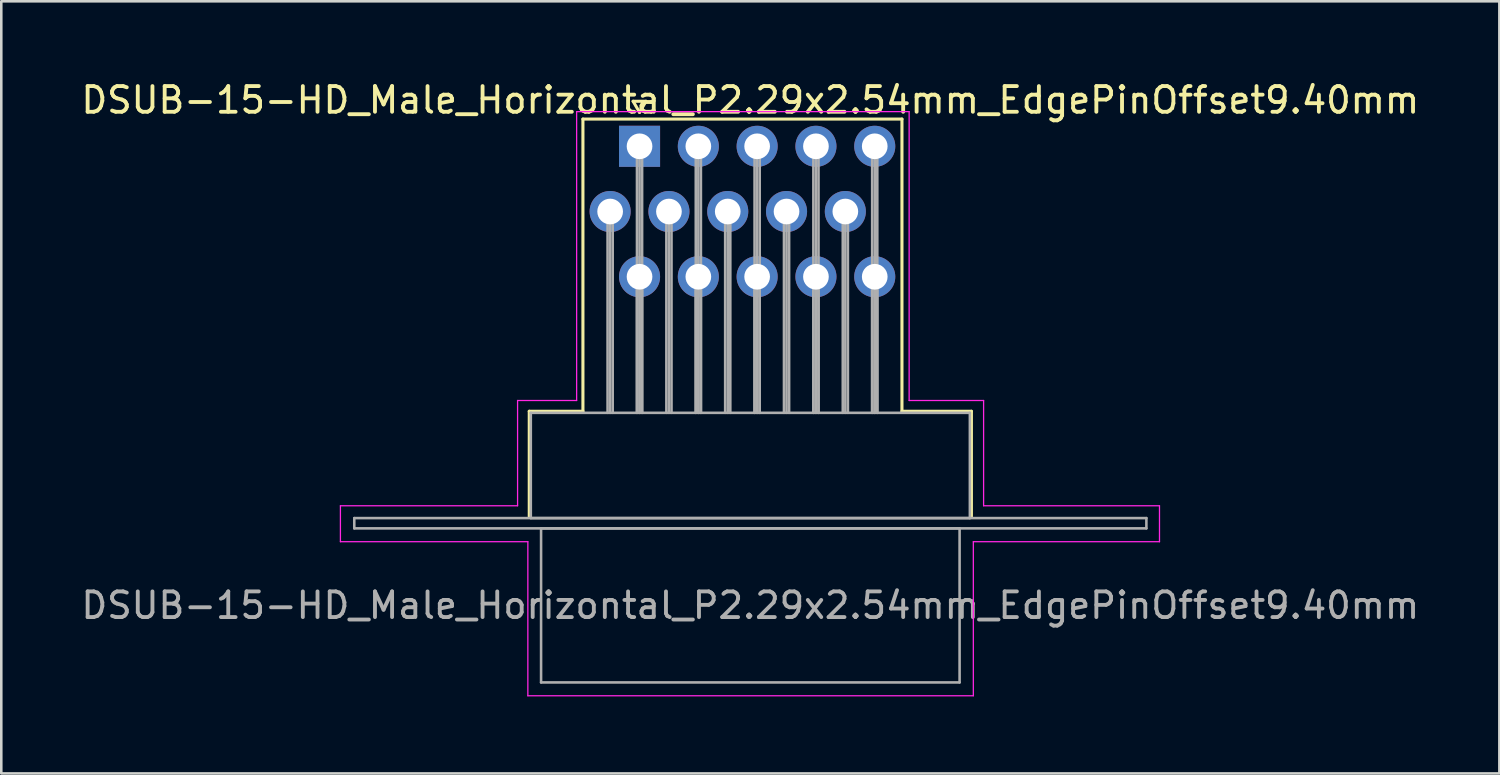
<source format=kicad_pcb>
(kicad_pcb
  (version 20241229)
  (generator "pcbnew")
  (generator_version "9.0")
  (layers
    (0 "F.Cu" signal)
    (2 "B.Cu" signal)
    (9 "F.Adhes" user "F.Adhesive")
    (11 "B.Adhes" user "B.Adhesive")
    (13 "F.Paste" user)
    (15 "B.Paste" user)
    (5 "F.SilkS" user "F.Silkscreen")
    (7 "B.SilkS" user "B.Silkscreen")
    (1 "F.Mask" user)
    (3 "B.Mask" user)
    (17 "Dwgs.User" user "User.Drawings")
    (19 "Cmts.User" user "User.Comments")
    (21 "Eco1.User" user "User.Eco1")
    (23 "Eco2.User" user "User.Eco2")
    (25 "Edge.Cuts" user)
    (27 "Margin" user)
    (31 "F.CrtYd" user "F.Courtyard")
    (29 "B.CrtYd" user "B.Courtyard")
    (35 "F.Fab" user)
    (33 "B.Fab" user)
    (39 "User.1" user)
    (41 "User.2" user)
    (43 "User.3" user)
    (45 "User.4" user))
  (footprint "DSUB-15-HD_Male_Horizontal_P2.29x2.54mm_EdgePinOffset9.40mm"
    (layer "F.Cu")
    (at 21.858 2.648)
    (property "Reference" "DSUB-15-HD_Male_Horizontal_P2.29x2.54mm_EdgePinOffset9.40mm" (at 4.315 -1.8 0) (layer "F.SilkS") (effects (font (size 1 1) (thickness 0.15))))
    (attr through_hole)
    (fp_line (start -4.295 10.32) (end -2.205 10.32) (stroke (width 0.12) (type solid)) (layer "F.SilkS"))
    (fp_line (start -4.295 14.42) (end -4.295 10.32) (stroke (width 0.12) (type solid)) (layer "F.SilkS"))
    (fp_line (start -2.205 -1.06) (end 10.22 -1.06) (stroke (width 0.12) (type solid)) (layer "F.SilkS"))
    (fp_line (start -2.205 10.32) (end -2.205 -1.06) (stroke (width 0.12) (type solid)) (layer "F.SilkS"))
    (fp_line (start -0.25 -1.754) (end 0.25 -1.754) (stroke (width 0.12) (type solid)) (layer "F.SilkS"))
    (fp_line (start 0 -1.321) (end -0.25 -1.754) (stroke (width 0.12) (type solid)) (layer "F.SilkS"))
    (fp_line (start 0.25 -1.754) (end 0 -1.321) (stroke (width 0.12) (type solid)) (layer "F.SilkS"))
    (fp_line (start 10.22 -1.06) (end 10.22 10.32) (stroke (width 0.12) (type solid)) (layer "F.SilkS"))
    (fp_line (start 10.22 10.32) (end 12.925 10.32) (stroke (width 0.12) (type solid)) (layer "F.SilkS"))
    (fp_line (start 12.925 10.32) (end 12.925 14.42) (stroke (width 0.12) (type solid)) (layer "F.SilkS"))
    (fp_line (start -11.65 14) (end -4.75 14) (stroke (width 0.05) (type solid)) (layer "F.CrtYd"))
    (fp_line (start -11.65 15.4) (end -11.65 14) (stroke (width 0.05) (type solid)) (layer "F.CrtYd"))
    (fp_line (start -4.75 9.9) (end -2.45 9.9) (stroke (width 0.05) (type solid)) (layer "F.CrtYd"))
    (fp_line (start -4.75 14) (end -4.75 9.9) (stroke (width 0.05) (type solid)) (layer "F.CrtYd"))
    (fp_line (start -4.35 15.4) (end -11.65 15.4) (stroke (width 0.05) (type solid)) (layer "F.CrtYd"))
    (fp_line (start -4.35 21.4) (end -4.35 15.4) (stroke (width 0.05) (type solid)) (layer "F.CrtYd"))
    (fp_line (start -2.45 -1.35) (end 10.5 -1.35) (stroke (width 0.05) (type solid)) (layer "F.CrtYd"))
    (fp_line (start -2.45 9.9) (end -2.45 -1.35) (stroke (width 0.05) (type solid)) (layer "F.CrtYd"))
    (fp_line (start 10.5 -1.35) (end 10.5 9.9) (stroke (width 0.05) (type solid)) (layer "F.CrtYd"))
    (fp_line (start 10.5 9.9) (end 13.4 9.9) (stroke (width 0.05) (type solid)) (layer "F.CrtYd"))
    (fp_line (start 13 15.4) (end 13 21.4) (stroke (width 0.05) (type solid)) (layer "F.CrtYd"))
    (fp_line (start 13 21.4) (end -4.35 21.4) (stroke (width 0.05) (type solid)) (layer "F.CrtYd"))
    (fp_line (start 13.4 9.9) (end 13.4 14) (stroke (width 0.05) (type solid)) (layer "F.CrtYd"))
    (fp_line (start 13.4 14) (end 20.25 14) (stroke (width 0.05) (type solid)) (layer "F.CrtYd"))
    (fp_line (start 20.25 14) (end 20.25 15.4) (stroke (width 0.05) (type solid)) (layer "F.CrtYd"))
    (fp_line (start 20.25 15.4) (end 13 15.4) (stroke (width 0.05) (type solid)) (layer "F.CrtYd"))
    (fp_line (start -11.11 14.48) (end -11.11 14.88) (stroke (width 0.1) (type solid)) (layer "F.Fab"))
    (fp_line (start -11.11 14.88) (end 19.74 14.88) (stroke (width 0.1) (type solid)) (layer "F.Fab"))
    (fp_line (start -4.235 10.38) (end -4.235 14.48) (stroke (width 0.1) (type solid)) (layer "F.Fab"))
    (fp_line (start -4.235 14.48) (end 12.865 14.48) (stroke (width 0.1) (type solid)) (layer "F.Fab"))
    (fp_line (start -3.835 14.88) (end -3.835 20.88) (stroke (width 0.1) (type solid)) (layer "F.Fab"))
    (fp_line (start -3.835 20.88) (end 12.465 20.88) (stroke (width 0.1) (type solid)) (layer "F.Fab"))
    (fp_line (start -1.245 2.54) (end -1.245 10.38) (stroke (width 0.1) (type solid)) (layer "F.Fab"))
    (fp_line (start -1.145 2.54) (end -1.145 10.38) (stroke (width 0.1) (type solid)) (layer "F.Fab"))
    (fp_line (start -1.045 2.54) (end -1.045 10.38) (stroke (width 0.1) (type solid)) (layer "F.Fab"))
    (fp_line (start -0.1 0) (end -0.1 10.38) (stroke (width 0.1) (type solid)) (layer "F.Fab"))
    (fp_line (start -0.1 5.08) (end -0.1 10.38) (stroke (width 0.1) (type solid)) (layer "F.Fab"))
    (fp_line (start 0 0) (end 0 10.38) (stroke (width 0.1) (type solid)) (layer "F.Fab"))
    (fp_line (start 0 5.08) (end 0 10.38) (stroke (width 0.1) (type solid)) (layer "F.Fab"))
    (fp_line (start 0.1 0) (end 0.1 10.38) (stroke (width 0.1) (type solid)) (layer "F.Fab"))
    (fp_line (start 0.1 5.08) (end 0.1 10.38) (stroke (width 0.1) (type solid)) (layer "F.Fab"))
    (fp_line (start 1.045 2.54) (end 1.045 10.38) (stroke (width 0.1) (type solid)) (layer "F.Fab"))
    (fp_line (start 1.145 2.54) (end 1.145 10.38) (stroke (width 0.1) (type solid)) (layer "F.Fab"))
    (fp_line (start 1.245 2.54) (end 1.245 10.38) (stroke (width 0.1) (type solid)) (layer "F.Fab"))
    (fp_line (start 2.19 0) (end 2.19 10.38) (stroke (width 0.1) (type solid)) (layer "F.Fab"))
    (fp_line (start 2.19 5.08) (end 2.19 10.38) (stroke (width 0.1) (type solid)) (layer "F.Fab"))
    (fp_line (start 2.29 0) (end 2.29 10.38) (stroke (width 0.1) (type solid)) (layer "F.Fab"))
    (fp_line (start 2.29 5.08) (end 2.29 10.38) (stroke (width 0.1) (type solid)) (layer "F.Fab"))
    (fp_line (start 2.39 0) (end 2.39 10.38) (stroke (width 0.1) (type solid)) (layer "F.Fab"))
    (fp_line (start 2.39 5.08) (end 2.39 10.38) (stroke (width 0.1) (type solid)) (layer "F.Fab"))
    (fp_line (start 3.335 2.54) (end 3.335 10.38) (stroke (width 0.1) (type solid)) (layer "F.Fab"))
    (fp_line (start 3.435 2.54) (end 3.435 10.38) (stroke (width 0.1) (type solid)) (layer "F.Fab"))
    (fp_line (start 3.535 2.54) (end 3.535 10.38) (stroke (width 0.1) (type solid)) (layer "F.Fab"))
    (fp_line (start 4.48 0) (end 4.48 10.38) (stroke (width 0.1) (type solid)) (layer "F.Fab"))
    (fp_line (start 4.48 5.08) (end 4.48 10.38) (stroke (width 0.1) (type solid)) (layer "F.Fab"))
    (fp_line (start 4.58 0) (end 4.58 10.38) (stroke (width 0.1) (type solid)) (layer "F.Fab"))
    (fp_line (start 4.58 5.08) (end 4.58 10.38) (stroke (width 0.1) (type solid)) (layer "F.Fab"))
    (fp_line (start 4.68 0) (end 4.68 10.38) (stroke (width 0.1) (type solid)) (layer "F.Fab"))
    (fp_line (start 4.68 5.08) (end 4.68 10.38) (stroke (width 0.1) (type solid)) (layer "F.Fab"))
    (fp_line (start 5.625 2.54) (end 5.625 10.38) (stroke (width 0.1) (type solid)) (layer "F.Fab"))
    (fp_line (start 5.725 2.54) (end 5.725 10.38) (stroke (width 0.1) (type solid)) (layer "F.Fab"))
    (fp_line (start 5.825 2.54) (end 5.825 10.38) (stroke (width 0.1) (type solid)) (layer "F.Fab"))
    (fp_line (start 6.77 0) (end 6.77 10.38) (stroke (width 0.1) (type solid)) (layer "F.Fab"))
    (fp_line (start 6.77 5.08) (end 6.77 10.38) (stroke (width 0.1) (type solid)) (layer "F.Fab"))
    (fp_line (start 6.87 0) (end 6.87 10.38) (stroke (width 0.1) (type solid)) (layer "F.Fab"))
    (fp_line (start 6.87 5.08) (end 6.87 10.38) (stroke (width 0.1) (type solid)) (layer "F.Fab"))
    (fp_line (start 6.97 0) (end 6.97 10.38) (stroke (width 0.1) (type solid)) (layer "F.Fab"))
    (fp_line (start 6.97 5.08) (end 6.97 10.38) (stroke (width 0.1) (type solid)) (layer "F.Fab"))
    (fp_line (start 7.915 2.54) (end 7.915 10.38) (stroke (width 0.1) (type solid)) (layer "F.Fab"))
    (fp_line (start 8.015 2.54) (end 8.015 10.38) (stroke (width 0.1) (type solid)) (layer "F.Fab"))
    (fp_line (start 8.115 2.54) (end 8.115 10.38) (stroke (width 0.1) (type solid)) (layer "F.Fab"))
    (fp_line (start 9.06 0) (end 9.06 10.38) (stroke (width 0.1) (type solid)) (layer "F.Fab"))
    (fp_line (start 9.06 5.08) (end 9.06 10.38) (stroke (width 0.1) (type solid)) (layer "F.Fab"))
    (fp_line (start 9.16 0) (end 9.16 10.38) (stroke (width 0.1) (type solid)) (layer "F.Fab"))
    (fp_line (start 9.16 5.08) (end 9.16 10.38) (stroke (width 0.1) (type solid)) (layer "F.Fab"))
    (fp_line (start 9.26 0) (end 9.26 10.38) (stroke (width 0.1) (type solid)) (layer "F.Fab"))
    (fp_line (start 9.26 5.08) (end 9.26 10.38) (stroke (width 0.1) (type solid)) (layer "F.Fab"))
    (fp_line (start 12.465 14.88) (end -3.835 14.88) (stroke (width 0.1) (type solid)) (layer "F.Fab"))
    (fp_line (start 12.465 20.88) (end 12.465 14.88) (stroke (width 0.1) (type solid)) (layer "F.Fab"))
    (fp_line (start 12.865 10.38) (end -4.235 10.38) (stroke (width 0.1) (type solid)) (layer "F.Fab"))
    (fp_line (start 12.865 14.48) (end 12.865 10.38) (stroke (width 0.1) (type solid)) (layer "F.Fab"))
    (fp_line (start 19.74 14.48) (end -11.11 14.48) (stroke (width 0.1) (type solid)) (layer "F.Fab"))
    (fp_line (start 19.74 14.88) (end 19.74 14.48) (stroke (width 0.1) (type solid)) (layer "F.Fab"))
    (fp_text user "${REFERENCE}" (at 4.315 17.88 0) (layer "F.Fab") (effects (font (size 1 1) (thickness 0.15))))
    (pad "1" thru_hole rect (at 0 0) (size 1.6 1.6) (drill 1) (layers "*.Cu" "*.Mask"))
    (pad "2" thru_hole circle (at 2.29 0) (size 1.6 1.6) (drill 1) (layers "*.Cu" "*.Mask"))
    (pad "3" thru_hole circle (at 4.58 0) (size 1.6 1.6) (drill 1) (layers "*.Cu" "*.Mask"))
    (pad "4" thru_hole circle (at 6.87 0) (size 1.6 1.6) (drill 1) (layers "*.Cu" "*.Mask"))
    (pad "5" thru_hole circle (at 9.16 0) (size 1.6 1.6) (drill 1) (layers "*.Cu" "*.Mask"))
    (pad "6" thru_hole circle (at -1.145 2.54) (size 1.6 1.6) (drill 1) (layers "*.Cu" "*.Mask"))
    (pad "7" thru_hole circle (at 1.145 2.54) (size 1.6 1.6) (drill 1) (layers "*.Cu" "*.Mask"))
    (pad "8" thru_hole circle (at 3.435 2.54) (size 1.6 1.6) (drill 1) (layers "*.Cu" "*.Mask"))
    (pad "9" thru_hole circle (at 5.725 2.54) (size 1.6 1.6) (drill 1) (layers "*.Cu" "*.Mask"))
    (pad "10" thru_hole circle (at 8.015 2.54) (size 1.6 1.6) (drill 1) (layers "*.Cu" "*.Mask"))
    (pad "11" thru_hole circle (at 0 5.08) (size 1.6 1.6) (drill 1) (layers "*.Cu" "*.Mask"))
    (pad "12" thru_hole circle (at 2.29 5.08) (size 1.6 1.6) (drill 1) (layers "*.Cu" "*.Mask"))
    (pad "13" thru_hole circle (at 4.58 5.08) (size 1.6 1.6) (drill 1) (layers "*.Cu" "*.Mask"))
    (pad "14" thru_hole circle (at 6.87 5.08) (size 1.6 1.6) (drill 1) (layers "*.Cu" "*.Mask"))
    (pad "15" thru_hole circle (at 9.16 5.08) (size 1.6 1.6) (drill 1) (layers "*.Cu" "*.Mask")))
  (gr_rect
    (start -3 -3)
    (end 55.345 27.073)
    (stroke (width 0.1) (type default))
    (fill no)
    (layer "Edge.Cuts")))
</source>
